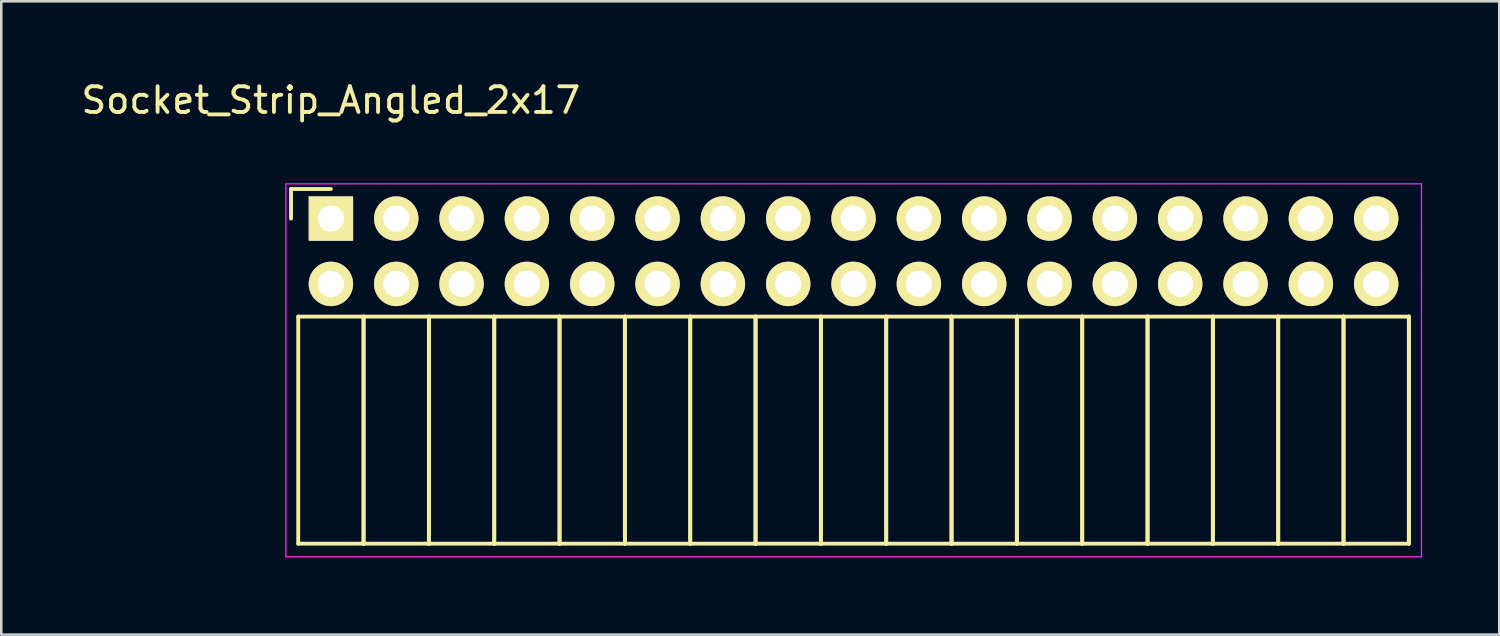
<source format=kicad_pcb>
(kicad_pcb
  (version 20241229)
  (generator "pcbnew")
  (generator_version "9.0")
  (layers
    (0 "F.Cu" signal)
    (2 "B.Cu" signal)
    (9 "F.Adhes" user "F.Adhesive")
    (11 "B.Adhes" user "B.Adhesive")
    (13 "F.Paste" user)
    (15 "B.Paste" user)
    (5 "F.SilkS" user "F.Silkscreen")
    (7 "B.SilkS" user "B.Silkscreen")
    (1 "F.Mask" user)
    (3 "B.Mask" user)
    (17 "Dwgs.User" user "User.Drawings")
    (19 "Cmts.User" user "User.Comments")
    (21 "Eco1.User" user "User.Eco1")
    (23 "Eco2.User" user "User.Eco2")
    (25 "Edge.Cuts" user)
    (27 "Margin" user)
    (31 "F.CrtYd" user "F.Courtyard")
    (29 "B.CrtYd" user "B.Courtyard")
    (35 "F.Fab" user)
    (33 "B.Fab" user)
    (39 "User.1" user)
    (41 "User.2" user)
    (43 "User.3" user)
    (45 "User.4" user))
  (footprint "Socket_Strip_Angled_2x17"
    (layer "F.Cu")
    (at 9.815 5.448)
    (property "Reference" "Socket_Strip_Angled_2x17" (at 0 -4.6 0) (layer "F.SilkS") (effects (font (size 1 1) (thickness 0.15))))
    (attr through_hole)
    (fp_line (start -1.55 -1.15) (end -1.55 0) (stroke (width 0.15) (type solid)) (layer "F.SilkS"))
    (fp_line (start -1.27 3.81) (end -1.27 12.64) (stroke (width 0.15) (type solid)) (layer "F.SilkS"))
    (fp_line (start -1.27 3.81) (end 1.27 3.81) (stroke (width 0.15) (type solid)) (layer "F.SilkS"))
    (fp_line (start -1.27 12.64) (end 1.27 12.64) (stroke (width 0.15) (type solid)) (layer "F.SilkS"))
    (fp_line (start 0 -1.15) (end -1.55 -1.15) (stroke (width 0.15) (type solid)) (layer "F.SilkS"))
    (fp_line (start 1.27 3.81) (end 1.27 12.64) (stroke (width 0.15) (type solid)) (layer "F.SilkS"))
    (fp_line (start 1.27 3.81) (end 3.81 3.81) (stroke (width 0.15) (type solid)) (layer "F.SilkS"))
    (fp_line (start 1.27 12.64) (end 1.27 3.81) (stroke (width 0.15) (type solid)) (layer "F.SilkS"))
    (fp_line (start 1.27 12.64) (end 3.81 12.64) (stroke (width 0.15) (type solid)) (layer "F.SilkS"))
    (fp_line (start 3.81 3.81) (end 3.81 12.64) (stroke (width 0.15) (type solid)) (layer "F.SilkS"))
    (fp_line (start 3.81 3.81) (end 6.35 3.81) (stroke (width 0.15) (type solid)) (layer "F.SilkS"))
    (fp_line (start 3.81 12.64) (end 3.81 3.81) (stroke (width 0.15) (type solid)) (layer "F.SilkS"))
    (fp_line (start 3.81 12.64) (end 6.35 12.64) (stroke (width 0.15) (type solid)) (layer "F.SilkS"))
    (fp_line (start 6.35 3.81) (end 6.35 12.64) (stroke (width 0.15) (type solid)) (layer "F.SilkS"))
    (fp_line (start 6.35 3.81) (end 8.89 3.81) (stroke (width 0.15) (type solid)) (layer "F.SilkS"))
    (fp_line (start 6.35 12.64) (end 6.35 3.81) (stroke (width 0.15) (type solid)) (layer "F.SilkS"))
    (fp_line (start 6.35 12.64) (end 8.89 12.64) (stroke (width 0.15) (type solid)) (layer "F.SilkS"))
    (fp_line (start 8.89 3.81) (end 8.89 12.64) (stroke (width 0.15) (type solid)) (layer "F.SilkS"))
    (fp_line (start 8.89 3.81) (end 11.43 3.81) (stroke (width 0.15) (type solid)) (layer "F.SilkS"))
    (fp_line (start 8.89 12.64) (end 8.89 3.81) (stroke (width 0.15) (type solid)) (layer "F.SilkS"))
    (fp_line (start 8.89 12.64) (end 11.43 12.64) (stroke (width 0.15) (type solid)) (layer "F.SilkS"))
    (fp_line (start 11.43 3.81) (end 11.43 12.64) (stroke (width 0.15) (type solid)) (layer "F.SilkS"))
    (fp_line (start 11.43 3.81) (end 13.97 3.81) (stroke (width 0.15) (type solid)) (layer "F.SilkS"))
    (fp_line (start 11.43 12.64) (end 11.43 3.81) (stroke (width 0.15) (type solid)) (layer "F.SilkS"))
    (fp_line (start 11.43 12.64) (end 13.97 12.64) (stroke (width 0.15) (type solid)) (layer "F.SilkS"))
    (fp_line (start 13.97 3.81) (end 13.97 12.64) (stroke (width 0.15) (type solid)) (layer "F.SilkS"))
    (fp_line (start 13.97 3.81) (end 16.51 3.81) (stroke (width 0.15) (type solid)) (layer "F.SilkS"))
    (fp_line (start 13.97 12.64) (end 13.97 3.81) (stroke (width 0.15) (type solid)) (layer "F.SilkS"))
    (fp_line (start 13.97 12.64) (end 16.51 12.64) (stroke (width 0.15) (type solid)) (layer "F.SilkS"))
    (fp_line (start 16.51 3.81) (end 16.51 12.64) (stroke (width 0.15) (type solid)) (layer "F.SilkS"))
    (fp_line (start 16.51 3.81) (end 19.05 3.81) (stroke (width 0.15) (type solid)) (layer "F.SilkS"))
    (fp_line (start 16.51 12.64) (end 16.51 3.81) (stroke (width 0.15) (type solid)) (layer "F.SilkS"))
    (fp_line (start 16.51 12.64) (end 19.05 12.64) (stroke (width 0.15) (type solid)) (layer "F.SilkS"))
    (fp_line (start 19.05 3.81) (end 19.05 12.64) (stroke (width 0.15) (type solid)) (layer "F.SilkS"))
    (fp_line (start 19.05 3.81) (end 21.59 3.81) (stroke (width 0.15) (type solid)) (layer "F.SilkS"))
    (fp_line (start 19.05 12.64) (end 19.05 3.81) (stroke (width 0.15) (type solid)) (layer "F.SilkS"))
    (fp_line (start 19.05 12.64) (end 21.59 12.64) (stroke (width 0.15) (type solid)) (layer "F.SilkS"))
    (fp_line (start 21.59 3.81) (end 21.59 12.64) (stroke (width 0.15) (type solid)) (layer "F.SilkS"))
    (fp_line (start 21.59 3.81) (end 24.13 3.81) (stroke (width 0.15) (type solid)) (layer "F.SilkS"))
    (fp_line (start 21.59 12.64) (end 21.59 3.81) (stroke (width 0.15) (type solid)) (layer "F.SilkS"))
    (fp_line (start 21.59 12.64) (end 24.13 12.64) (stroke (width 0.15) (type solid)) (layer "F.SilkS"))
    (fp_line (start 24.13 3.81) (end 24.13 12.64) (stroke (width 0.15) (type solid)) (layer "F.SilkS"))
    (fp_line (start 24.13 3.81) (end 26.67 3.81) (stroke (width 0.15) (type solid)) (layer "F.SilkS"))
    (fp_line (start 24.13 12.64) (end 24.13 3.81) (stroke (width 0.15) (type solid)) (layer "F.SilkS"))
    (fp_line (start 24.13 12.64) (end 26.67 12.64) (stroke (width 0.15) (type solid)) (layer "F.SilkS"))
    (fp_line (start 26.67 3.81) (end 26.67 12.64) (stroke (width 0.15) (type solid)) (layer "F.SilkS"))
    (fp_line (start 26.67 3.81) (end 29.21 3.81) (stroke (width 0.15) (type solid)) (layer "F.SilkS"))
    (fp_line (start 26.67 12.64) (end 26.67 3.81) (stroke (width 0.15) (type solid)) (layer "F.SilkS"))
    (fp_line (start 26.67 12.64) (end 29.21 12.64) (stroke (width 0.15) (type solid)) (layer "F.SilkS"))
    (fp_line (start 29.21 3.81) (end 29.21 12.64) (stroke (width 0.15) (type solid)) (layer "F.SilkS"))
    (fp_line (start 29.21 3.81) (end 31.75 3.81) (stroke (width 0.15) (type solid)) (layer "F.SilkS"))
    (fp_line (start 29.21 12.64) (end 29.21 3.81) (stroke (width 0.15) (type solid)) (layer "F.SilkS"))
    (fp_line (start 29.21 12.64) (end 31.75 12.64) (stroke (width 0.15) (type solid)) (layer "F.SilkS"))
    (fp_line (start 31.75 3.81) (end 31.75 12.64) (stroke (width 0.15) (type solid)) (layer "F.SilkS"))
    (fp_line (start 31.75 3.81) (end 34.29 3.81) (stroke (width 0.15) (type solid)) (layer "F.SilkS"))
    (fp_line (start 31.75 12.64) (end 31.75 3.81) (stroke (width 0.15) (type solid)) (layer "F.SilkS"))
    (fp_line (start 31.75 12.64) (end 34.29 12.64) (stroke (width 0.15) (type solid)) (layer "F.SilkS"))
    (fp_line (start 34.29 3.81) (end 34.29 12.64) (stroke (width 0.15) (type solid)) (layer "F.SilkS"))
    (fp_line (start 34.29 3.81) (end 36.83 3.81) (stroke (width 0.15) (type solid)) (layer "F.SilkS"))
    (fp_line (start 34.29 12.64) (end 34.29 3.81) (stroke (width 0.15) (type solid)) (layer "F.SilkS"))
    (fp_line (start 34.29 12.64) (end 36.83 12.64) (stroke (width 0.15) (type solid)) (layer "F.SilkS"))
    (fp_line (start 36.83 3.81) (end 36.83 12.64) (stroke (width 0.15) (type solid)) (layer "F.SilkS"))
    (fp_line (start 36.83 3.81) (end 39.37 3.81) (stroke (width 0.15) (type solid)) (layer "F.SilkS"))
    (fp_line (start 36.83 12.64) (end 36.83 3.81) (stroke (width 0.15) (type solid)) (layer "F.SilkS"))
    (fp_line (start 36.83 12.64) (end 39.37 12.64) (stroke (width 0.15) (type solid)) (layer "F.SilkS"))
    (fp_line (start 39.37 3.81) (end 39.37 12.64) (stroke (width 0.15) (type solid)) (layer "F.SilkS"))
    (fp_line (start 39.37 3.81) (end 41.91 3.81) (stroke (width 0.15) (type solid)) (layer "F.SilkS"))
    (fp_line (start 39.37 12.64) (end 39.37 3.81) (stroke (width 0.15) (type solid)) (layer "F.SilkS"))
    (fp_line (start 39.37 12.64) (end 41.91 12.64) (stroke (width 0.15) (type solid)) (layer "F.SilkS"))
    (fp_line (start 41.91 3.81) (end 41.91 12.64) (stroke (width 0.15) (type solid)) (layer "F.SilkS"))
    (fp_line (start 41.91 12.64) (end 41.91 3.81) (stroke (width 0.15) (type solid)) (layer "F.SilkS"))
    (fp_line (start -1.75 -1.35) (end -1.75 13.15) (stroke (width 0.05) (type solid)) (layer "F.CrtYd"))
    (fp_line (start -1.75 -1.35) (end 42.4 -1.35) (stroke (width 0.05) (type solid)) (layer "F.CrtYd"))
    (fp_line (start -1.75 13.15) (end 42.4 13.15) (stroke (width 0.05) (type solid)) (layer "F.CrtYd"))
    (fp_line (start 42.4 -1.35) (end 42.4 13.15) (stroke (width 0.05) (type solid)) (layer "F.CrtYd"))
    (pad "1" thru_hole rect (at 0 0) (size 1.727 1.727) (drill 1.016) (layers "*.Cu" "*.Mask" "F.SilkS"))
    (pad "2" thru_hole oval (at 0 2.54) (size 1.727 1.727) (drill 1.016) (layers "*.Cu" "*.Mask" "F.SilkS"))
    (pad "3" thru_hole oval (at 2.54 0) (size 1.727 1.727) (drill 1.016) (layers "*.Cu" "*.Mask" "F.SilkS"))
    (pad "4" thru_hole oval (at 2.54 2.54) (size 1.727 1.727) (drill 1.016) (layers "*.Cu" "*.Mask" "F.SilkS"))
    (pad "5" thru_hole oval (at 5.08 0) (size 1.727 1.727) (drill 1.016) (layers "*.Cu" "*.Mask" "F.SilkS"))
    (pad "6" thru_hole oval (at 5.08 2.54) (size 1.727 1.727) (drill 1.016) (layers "*.Cu" "*.Mask" "F.SilkS"))
    (pad "7" thru_hole oval (at 7.62 0) (size 1.727 1.727) (drill 1.016) (layers "*.Cu" "*.Mask" "F.SilkS"))
    (pad "8" thru_hole oval (at 7.62 2.54) (size 1.727 1.727) (drill 1.016) (layers "*.Cu" "*.Mask" "F.SilkS"))
    (pad "9" thru_hole oval (at 10.16 0) (size 1.727 1.727) (drill 1.016) (layers "*.Cu" "*.Mask" "F.SilkS"))
    (pad "10" thru_hole oval (at 10.16 2.54) (size 1.727 1.727) (drill 1.016) (layers "*.Cu" "*.Mask" "F.SilkS"))
    (pad "11" thru_hole oval (at 12.7 0) (size 1.727 1.727) (drill 1.016) (layers "*.Cu" "*.Mask" "F.SilkS"))
    (pad "12" thru_hole oval (at 12.7 2.54) (size 1.727 1.727) (drill 1.016) (layers "*.Cu" "*.Mask" "F.SilkS"))
    (pad "13" thru_hole oval (at 15.24 0) (size 1.727 1.727) (drill 1.016) (layers "*.Cu" "*.Mask" "F.SilkS"))
    (pad "14" thru_hole oval (at 15.24 2.54) (size 1.727 1.727) (drill 1.016) (layers "*.Cu" "*.Mask" "F.SilkS"))
    (pad "15" thru_hole oval (at 17.78 0) (size 1.727 1.727) (drill 1.016) (layers "*.Cu" "*.Mask" "F.SilkS"))
    (pad "16" thru_hole oval (at 17.78 2.54) (size 1.727 1.727) (drill 1.016) (layers "*.Cu" "*.Mask" "F.SilkS"))
    (pad "17" thru_hole oval (at 20.32 0) (size 1.727 1.727) (drill 1.016) (layers "*.Cu" "*.Mask" "F.SilkS"))
    (pad "18" thru_hole oval (at 20.32 2.54) (size 1.727 1.727) (drill 1.016) (layers "*.Cu" "*.Mask" "F.SilkS"))
    (pad "19" thru_hole oval (at 22.86 0) (size 1.727 1.727) (drill 1.016) (layers "*.Cu" "*.Mask" "F.SilkS"))
    (pad "20" thru_hole oval (at 22.86 2.54) (size 1.727 1.727) (drill 1.016) (layers "*.Cu" "*.Mask" "F.SilkS"))
    (pad "21" thru_hole oval (at 25.4 0) (size 1.727 1.727) (drill 1.016) (layers "*.Cu" "*.Mask" "F.SilkS"))
    (pad "22" thru_hole oval (at 25.4 2.54) (size 1.727 1.727) (drill 1.016) (layers "*.Cu" "*.Mask" "F.SilkS"))
    (pad "23" thru_hole oval (at 27.94 0) (size 1.727 1.727) (drill 1.016) (layers "*.Cu" "*.Mask" "F.SilkS"))
    (pad "24" thru_hole oval (at 27.94 2.54) (size 1.727 1.727) (drill 1.016) (layers "*.Cu" "*.Mask" "F.SilkS"))
    (pad "25" thru_hole oval (at 30.48 0) (size 1.727 1.727) (drill 1.016) (layers "*.Cu" "*.Mask" "F.SilkS"))
    (pad "26" thru_hole oval (at 30.48 2.54) (size 1.727 1.727) (drill 1.016) (layers "*.Cu" "*.Mask" "F.SilkS"))
    (pad "27" thru_hole oval (at 33.02 0) (size 1.727 1.727) (drill 1.016) (layers "*.Cu" "*.Mask" "F.SilkS"))
    (pad "28" thru_hole oval (at 33.02 2.54) (size 1.727 1.727) (drill 1.016) (layers "*.Cu" "*.Mask" "F.SilkS"))
    (pad "29" thru_hole oval (at 35.56 0) (size 1.727 1.727) (drill 1.016) (layers "*.Cu" "*.Mask" "F.SilkS"))
    (pad "30" thru_hole oval (at 35.56 2.54) (size 1.727 1.727) (drill 1.016) (layers "*.Cu" "*.Mask" "F.SilkS"))
    (pad "31" thru_hole oval (at 38.1 0) (size 1.727 1.727) (drill 1.016) (layers "*.Cu" "*.Mask" "F.SilkS"))
    (pad "32" thru_hole oval (at 38.1 2.54) (size 1.727 1.727) (drill 1.016) (layers "*.Cu" "*.Mask" "F.SilkS"))
    (pad "33" thru_hole oval (at 40.64 0) (size 1.727 1.727) (drill 1.016) (layers "*.Cu" "*.Mask" "F.SilkS"))
    (pad "34" thru_hole oval (at 40.64 2.54) (size 1.727 1.727) (drill 1.016) (layers "*.Cu" "*.Mask" "F.SilkS")))
  (gr_rect
    (start -3 -3)
    (end 55.24 21.623)
    (stroke (width 0.1) (type default))
    (fill no)
    (layer "Edge.Cuts")))
</source>
